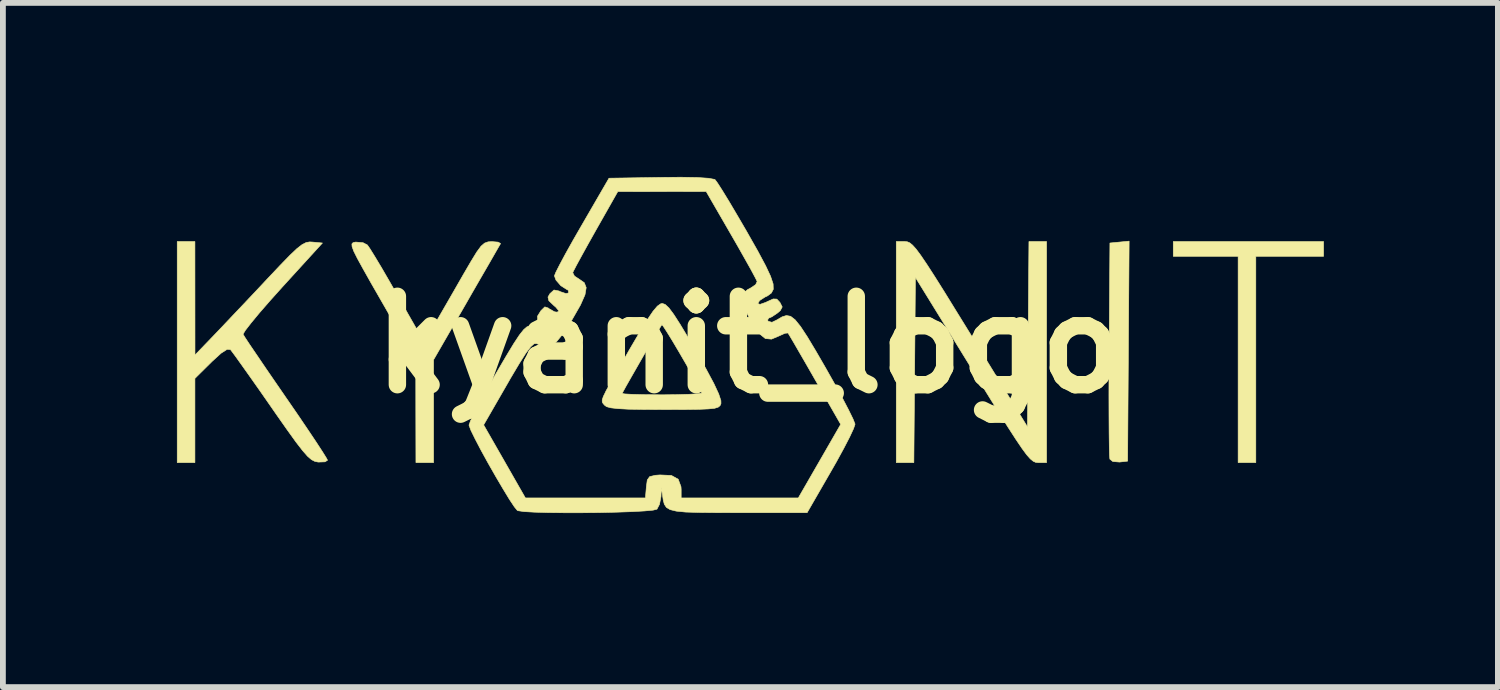
<source format=kicad_pcb>
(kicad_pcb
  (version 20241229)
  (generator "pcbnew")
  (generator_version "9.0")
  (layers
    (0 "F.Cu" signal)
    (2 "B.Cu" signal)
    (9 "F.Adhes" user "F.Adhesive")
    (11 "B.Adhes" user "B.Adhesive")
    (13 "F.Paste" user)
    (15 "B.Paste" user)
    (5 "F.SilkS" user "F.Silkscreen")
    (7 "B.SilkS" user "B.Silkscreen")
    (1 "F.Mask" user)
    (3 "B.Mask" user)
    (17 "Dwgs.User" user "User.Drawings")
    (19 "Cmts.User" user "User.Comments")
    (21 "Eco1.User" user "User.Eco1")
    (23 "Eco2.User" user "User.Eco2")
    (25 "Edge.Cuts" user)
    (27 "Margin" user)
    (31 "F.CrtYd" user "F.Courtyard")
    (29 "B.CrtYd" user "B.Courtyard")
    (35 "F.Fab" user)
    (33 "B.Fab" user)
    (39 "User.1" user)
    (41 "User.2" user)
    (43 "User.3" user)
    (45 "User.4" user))
  (footprint "kyanit_logo"
    (layer "F.Cu")
    (at 9.86 2.892)
    (property "Reference" "kyanit_logo" (at 0 0 0) (layer "F.SilkS") (effects (font (size 1.524 1.524) (thickness 0.3))))
    (attr through_hole)
    (fp_poly (pts (xy 9.906 -1.524) (xy 8.738 -1.524) (xy 8.738 2.032) (xy 8.433 2.032) (xy 8.433 -1.524) (xy 7.315 -1.524) (xy 7.315 -1.778) (xy 9.906 -1.778) (xy 9.906 -1.524)) (stroke (width 0.01) (type solid)) (fill yes) (layer "F.SilkS"))
    (fp_poly (pts (xy 6.541 0.111) (xy 6.528 2.007) (xy 6.388 2.023) (xy 6.272 2.013) (xy 6.222 1.972) (xy 6.216 1.907) (xy 6.212 1.752) (xy 6.209 1.52) (xy 6.207 1.222) (xy 6.206 0.87) (xy 6.207 0.475) (xy 6.21 0.076) (xy 6.223 -1.753) (xy 6.389 -1.769) (xy 6.554 -1.785) (xy 6.541 0.111)) (stroke (width 0.01) (type solid)) (fill yes) (layer "F.SilkS"))
    (fp_poly (pts (xy 2.73 -1.774) (xy 2.772 -1.756) (xy 2.821 -1.716) (xy 2.883 -1.647) (xy 2.963 -1.539) (xy 3.068 -1.384) (xy 3.203 -1.175) (xy 3.374 -0.903) (xy 3.586 -0.559) (xy 3.819 -0.182) (xy 4.801 1.415) (xy 4.814 -0.182) (xy 4.827 -1.778) (xy 5.131 -1.778) (xy 5.131 2.032) (xy 4.984 2.032) (xy 4.943 2.028) (xy 4.901 2.009) (xy 4.851 1.968) (xy 4.788 1.897) (xy 4.707 1.787) (xy 4.6 1.629) (xy 4.463 1.417) (xy 4.29 1.141) (xy 4.075 0.794) (xy 3.854 0.436) (xy 2.87 -1.16) (xy 2.843 2.032) (xy 2.54 2.032) (xy 2.54 -1.778) (xy 2.689 -1.778) (xy 2.73 -1.774)) (stroke (width 0.01) (type solid)) (fill yes) (layer "F.SilkS"))
    (fp_poly (pts (xy -4.323 -1.768) (xy -4.282 -1.744) (xy -4.283 -1.74) (xy -4.314 -1.687) (xy -4.388 -1.558) (xy -4.497 -1.368) (xy -4.635 -1.13) (xy -4.793 -0.856) (xy -4.87 -0.721) (xy -5.436 0.26) (xy -5.436 2.032) (xy -5.74 2.032) (xy -5.742 1.156) (xy -5.743 0.279) (xy -6.326 -0.737) (xy -6.512 -1.061) (xy -6.651 -1.308) (xy -6.75 -1.488) (xy -6.812 -1.612) (xy -6.841 -1.692) (xy -6.844 -1.737) (xy -6.824 -1.759) (xy -6.786 -1.768) (xy -6.775 -1.769) (xy -6.651 -1.758) (xy -6.577 -1.719) (xy -6.532 -1.654) (xy -6.447 -1.517) (xy -6.33 -1.322) (xy -6.192 -1.084) (xy -6.056 -0.846) (xy -5.598 -0.042) (xy -5.425 -0.338) (xy -5.33 -0.502) (xy -5.202 -0.724) (xy -5.058 -0.974) (xy -4.925 -1.206) (xy -4.789 -1.439) (xy -4.691 -1.599) (xy -4.618 -1.698) (xy -4.557 -1.751) (xy -4.496 -1.773) (xy -4.429 -1.777) (xy -4.323 -1.768)) (stroke (width 0.01) (type solid)) (fill yes) (layer "F.SilkS"))
    (fp_poly (pts (xy -9.549 0.178) (xy -9.231 -0.152) (xy -9.085 -0.305) (xy -8.891 -0.51) (xy -8.667 -0.746) (xy -8.434 -0.993) (xy -8.302 -1.134) (xy -8.08 -1.369) (xy -7.914 -1.54) (xy -7.793 -1.655) (xy -7.703 -1.725) (xy -7.633 -1.761) (xy -7.571 -1.772) (xy -7.521 -1.769) (xy -7.352 -1.753) (xy -8.046 -0.992) (xy -8.255 -0.759) (xy -8.437 -0.55) (xy -8.581 -0.376) (xy -8.679 -0.25) (xy -8.719 -0.184) (xy -8.719 -0.179) (xy -8.686 -0.124) (xy -8.603 0.002) (xy -8.477 0.187) (xy -8.319 0.42) (xy -8.134 0.689) (xy -7.982 0.91) (xy -7.784 1.197) (xy -7.608 1.457) (xy -7.46 1.678) (xy -7.348 1.85) (xy -7.281 1.958) (xy -7.264 1.992) (xy -7.308 2.019) (xy -7.415 2.023) (xy -7.426 2.023) (xy -7.483 2.011) (xy -7.541 1.981) (xy -7.608 1.923) (xy -7.694 1.825) (xy -7.807 1.679) (xy -7.956 1.472) (xy -8.15 1.196) (xy -8.236 1.072) (xy -8.426 0.799) (xy -8.6 0.552) (xy -8.747 0.345) (xy -8.858 0.19) (xy -8.925 0.1) (xy -8.938 0.084) (xy -8.995 0.08) (xy -9.098 0.146) (xy -9.253 0.287) (xy -9.271 0.305) (xy -9.55 0.581) (xy -9.55 2.032) (xy -9.855 2.032) (xy -9.855 -1.778) (xy -9.55 -1.778) (xy -9.549 0.178)) (stroke (width 0.01) (type solid)) (fill yes) (layer "F.SilkS"))
    (fp_poly (pts (xy -1.444 -0.694) (xy -1.38 -0.635) (xy -1.297 -0.524) (xy -1.185 -0.35) (xy -1.037 -0.104) (xy -0.918 0.101) (xy -0.735 0.425) (xy -0.603 0.672) (xy -0.521 0.849) (xy -0.483 0.964) (xy -0.482 1.015) (xy -0.498 1.051) (xy -0.53 1.077) (xy -0.591 1.096) (xy -0.696 1.107) (xy -0.858 1.114) (xy -1.091 1.117) (xy -1.41 1.118) (xy -1.47 1.118) (xy -1.818 1.116) (xy -2.076 1.112) (xy -2.26 1.102) (xy -2.381 1.088) (xy -2.454 1.068) (xy -2.488 1.043) (xy -2.513 1.015) (xy -2.528 0.988) (xy -2.529 0.951) (xy -2.509 0.891) (xy -2.484 0.841) (xy -2.184 0.841) (xy -2.137 0.849) (xy -2.006 0.856) (xy -1.811 0.861) (xy -1.569 0.863) (xy -1.499 0.864) (xy -1.248 0.861) (xy -1.038 0.855) (xy -0.888 0.846) (xy -0.816 0.835) (xy -0.813 0.831) (xy -0.836 0.777) (xy -0.9 0.658) (xy -0.991 0.495) (xy -1.1 0.306) (xy -1.214 0.11) (xy -1.322 -0.072) (xy -1.414 -0.221) (xy -1.477 -0.318) (xy -1.5 -0.345) (xy -1.533 -0.294) (xy -1.604 -0.176) (xy -1.701 -0.011) (xy -1.812 0.18) (xy -1.926 0.379) (xy -2.032 0.564) (xy -2.118 0.715) (xy -2.172 0.814) (xy -2.184 0.841) (xy -2.484 0.841) (xy -2.463 0.796) (xy -2.384 0.654) (xy -2.269 0.451) (xy -2.111 0.176) (xy -2.058 0.083) (xy -1.885 -0.212) (xy -1.753 -0.429) (xy -1.653 -0.576) (xy -1.578 -0.665) (xy -1.521 -0.705) (xy -1.493 -0.711) (xy -1.444 -0.694)) (stroke (width 0.01) (type solid)) (fill yes) (layer "F.SilkS"))
    (fp_poly (pts (xy -0.89 -2.882) (xy -0.696 -2.869) (xy -0.594 -2.85) (xy -0.584 -2.845) (xy -0.54 -2.786) (xy -0.455 -2.653) (xy -0.337 -2.46) (xy -0.197 -2.223) (xy -0.041 -1.956) (xy -0.027 -1.931) (xy 0.155 -1.61) (xy 0.287 -1.363) (xy 0.373 -1.18) (xy 0.417 -1.048) (xy 0.42 -0.955) (xy 0.387 -0.891) (xy 0.321 -0.842) (xy 0.278 -0.822) (xy 0.185 -0.762) (xy 0.152 -0.711) (xy 0.191 -0.695) (xy 0.291 -0.73) (xy 0.309 -0.739) (xy 0.419 -0.789) (xy 0.481 -0.786) (xy 0.535 -0.728) (xy 0.574 -0.651) (xy 0.541 -0.588) (xy 0.493 -0.547) (xy 0.397 -0.482) (xy 0.34 -0.458) (xy 0.322 -0.425) (xy 0.332 -0.404) (xy 0.397 -0.386) (xy 0.486 -0.429) (xy 0.572 -0.48) (xy 0.646 -0.503) (xy 0.718 -0.49) (xy 0.796 -0.43) (xy 0.889 -0.315) (xy 1.006 -0.137) (xy 1.156 0.113) (xy 1.314 0.386) (xy 1.47 0.662) (xy 1.608 0.913) (xy 1.718 1.124) (xy 1.794 1.279) (xy 1.828 1.365) (xy 1.829 1.372) (xy 1.804 1.446) (xy 1.737 1.59) (xy 1.635 1.787) (xy 1.507 2.021) (xy 1.416 2.18) (xy 1.003 2.896) (xy -0.178 2.896) (xy -0.569 2.895) (xy -0.87 2.892) (xy -1.094 2.885) (xy -1.252 2.869) (xy -1.358 2.843) (xy -1.422 2.805) (xy -1.458 2.751) (xy -1.477 2.679) (xy -1.486 2.616) (xy -1.509 2.464) (xy -1.516 2.619) (xy -1.541 2.75) (xy -1.585 2.835) (xy -1.651 2.852) (xy -1.801 2.866) (xy -2.016 2.878) (xy -2.28 2.887) (xy -2.574 2.894) (xy -2.881 2.897) (xy -3.182 2.897) (xy -3.46 2.894) (xy -3.698 2.887) (xy -3.876 2.877) (xy -3.978 2.862) (xy -3.992 2.857) (xy -4.043 2.795) (xy -4.13 2.664) (xy -4.241 2.481) (xy -4.367 2.267) (xy -4.496 2.041) (xy -4.617 1.821) (xy -4.719 1.626) (xy -4.792 1.477) (xy -4.824 1.392) (xy -4.825 1.385) (xy -4.824 1.383) (xy -4.573 1.383) (xy -4.213 2.012) (xy -3.853 2.642) (xy -1.784 2.642) (xy -1.768 2.451) (xy -1.752 2.332) (xy -1.711 2.274) (xy -1.613 2.251) (xy -1.533 2.245) (xy -1.336 2.254) (xy -1.219 2.319) (xy -1.171 2.448) (xy -1.168 2.495) (xy -1.168 2.642) (xy 0.851 2.642) (xy 1.217 2.007) (xy 1.582 1.373) (xy 1.138 0.598) (xy 0.993 0.345) (xy 0.865 0.124) (xy 0.764 -0.051) (xy 0.697 -0.164) (xy 0.673 -0.202) (xy 0.621 -0.197) (xy 0.521 -0.152) (xy 0.517 -0.15) (xy 0.389 -0.096) (xy 0.283 -0.106) (xy 0.182 -0.188) (xy 0.069 -0.353) (xy 0.021 -0.437) (xy -0.083 -0.64) (xy -0.125 -0.781) (xy -0.106 -0.878) (xy -0.024 -0.949) (xy 0.026 -0.975) (xy 0.116 -1.035) (xy 0.142 -1.09) (xy 0.112 -1.151) (xy 0.041 -1.284) (xy -0.065 -1.473) (xy -0.195 -1.703) (xy -0.305 -1.894) (xy -0.737 -2.641) (xy -2.261 -2.639) (xy -2.642 -1.967) (xy -2.775 -1.73) (xy -2.89 -1.522) (xy -2.978 -1.36) (xy -3.029 -1.261) (xy -3.037 -1.241) (xy -3.007 -1.183) (xy -2.923 -1.128) (xy -2.838 -1.069) (xy -2.805 -0.984) (xy -2.826 -0.86) (xy -2.904 -0.684) (xy -3.042 -0.443) (xy -3.064 -0.406) (xy -3.205 -0.188) (xy -3.317 -0.051) (xy -3.417 0.017) (xy -3.522 0.026) (xy -3.648 -0.014) (xy -3.663 -0.02) (xy -3.704 -0.016) (xy -3.762 0.036) (xy -3.844 0.144) (xy -3.956 0.32) (xy -4.106 0.572) (xy -4.158 0.663) (xy -4.573 1.383) (xy -4.824 1.383) (xy -4.8 1.314) (xy -4.732 1.172) (xy -4.627 0.973) (xy -4.496 0.734) (xy -4.352 0.483) (xy -4.182 0.193) (xy -4.053 -0.02) (xy -3.956 -0.167) (xy -3.883 -0.259) (xy -3.826 -0.308) (xy -3.776 -0.325) (xy -3.756 -0.325) (xy -3.62 -0.305) (xy -3.543 -0.282) (xy -3.469 -0.272) (xy -3.454 -0.296) (xy -3.496 -0.352) (xy -3.556 -0.381) (xy -3.641 -0.424) (xy -3.645 -0.491) (xy -3.585 -0.587) (xy -3.518 -0.652) (xy -3.458 -0.632) (xy -3.448 -0.622) (xy -3.35 -0.567) (xy -3.305 -0.561) (xy -3.275 -0.582) (xy -3.33 -0.648) (xy -3.362 -0.675) (xy -3.449 -0.758) (xy -3.464 -0.821) (xy -3.43 -0.88) (xy -3.36 -0.943) (xy -3.274 -0.926) (xy -3.251 -0.914) (xy -3.155 -0.882) (xy -3.107 -0.892) (xy -3.113 -0.938) (xy -3.138 -0.951) (xy -3.242 -1.017) (xy -3.326 -1.114) (xy -3.353 -1.187) (xy -3.328 -1.249) (xy -3.26 -1.383) (xy -3.157 -1.575) (xy -3.026 -1.809) (xy -2.882 -2.059) (xy -2.412 -2.87) (xy -1.53 -2.884) (xy -1.171 -2.887) (xy -0.89 -2.882)) (stroke (width 0.01) (type solid)) (fill yes) (layer "F.SilkS")))
  (gr_rect
    (start -3 -3)
    (end 22.771 8.794)
    (stroke (width 0.1) (type default))
    (fill no)
    (layer "Edge.Cuts")))
</source>
